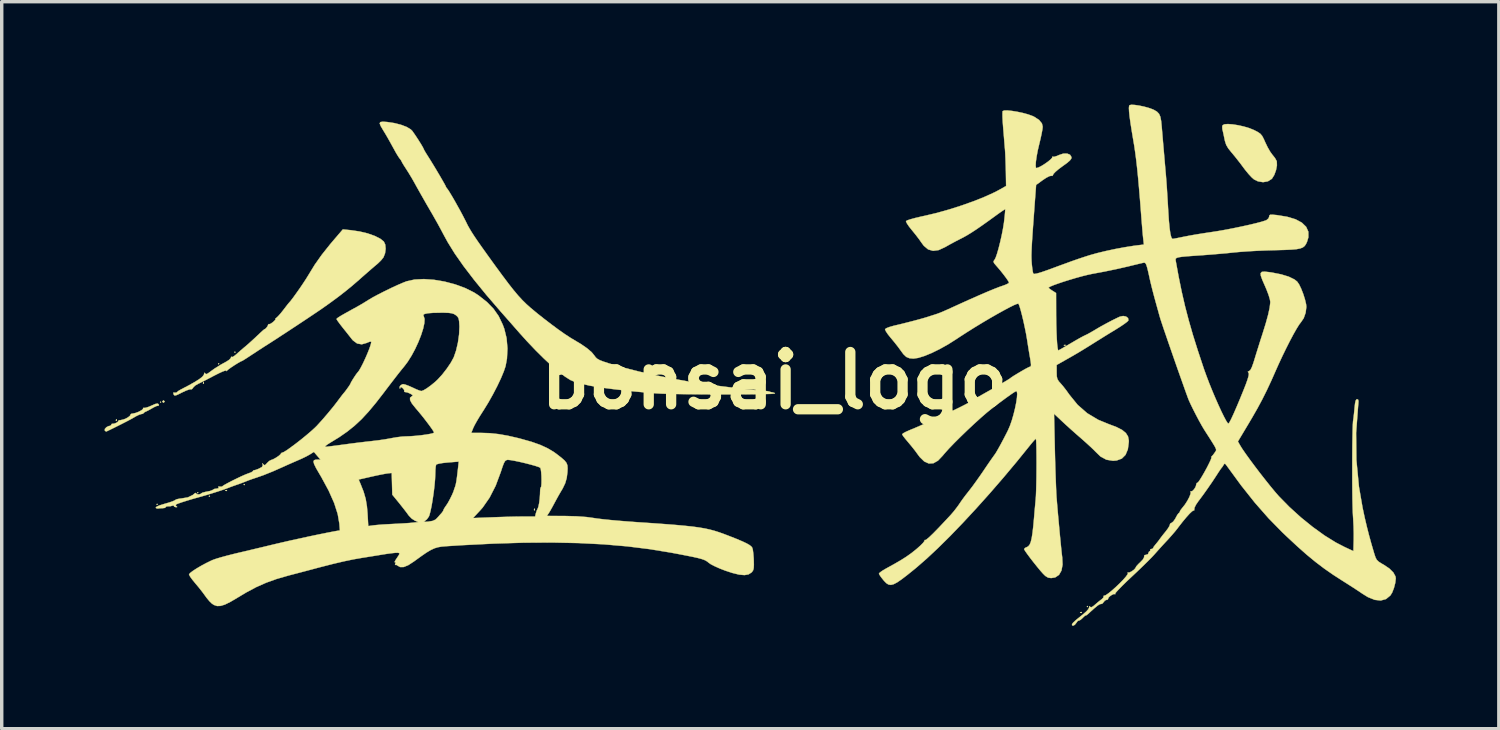
<source format=kicad_pcb>
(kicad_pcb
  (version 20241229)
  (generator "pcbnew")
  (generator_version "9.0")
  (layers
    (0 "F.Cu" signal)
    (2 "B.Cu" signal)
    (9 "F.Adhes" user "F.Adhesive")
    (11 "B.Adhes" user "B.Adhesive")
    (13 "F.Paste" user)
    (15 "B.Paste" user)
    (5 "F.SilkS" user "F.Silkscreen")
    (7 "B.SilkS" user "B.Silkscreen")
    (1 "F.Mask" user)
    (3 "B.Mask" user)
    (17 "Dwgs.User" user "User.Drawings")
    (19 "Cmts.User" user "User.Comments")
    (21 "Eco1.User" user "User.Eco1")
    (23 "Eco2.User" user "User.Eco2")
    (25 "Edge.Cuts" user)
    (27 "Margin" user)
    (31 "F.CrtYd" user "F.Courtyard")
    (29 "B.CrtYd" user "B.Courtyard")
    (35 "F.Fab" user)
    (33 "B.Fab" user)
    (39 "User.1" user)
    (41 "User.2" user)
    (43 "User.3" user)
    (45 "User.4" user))
  (footprint "bonsai_logo"
    (layer "F.Cu")
    (at 19.531 8.049)
    (property "Reference" "bonsai_logo" (at 0 0 0) (layer "F.SilkS") (effects (font (size 1.524 1.524) (thickness 0.3))))
    (attr through_hole)
    (fp_poly (pts (xy -17.983 3.607) (xy -18 3.624) (xy -18.017 3.607) (xy -18 3.59) (xy -17.983 3.607)) (stroke (width 0.01) (type solid)) (fill yes) (layer "F.SilkS"))
    (fp_poly (pts (xy -17.882 0.627) (xy -17.899 0.643) (xy -17.915 0.627) (xy -17.899 0.61) (xy -17.882 0.627)) (stroke (width 0.01) (type solid)) (fill yes) (layer "F.SilkS"))
    (fp_poly (pts (xy -16.798 3.268) (xy -16.815 3.285) (xy -16.832 3.268) (xy -16.815 3.251) (xy -16.798 3.268)) (stroke (width 0.01) (type solid)) (fill yes) (layer "F.SilkS"))
    (fp_poly (pts (xy -16.459 3.37) (xy -16.476 3.387) (xy -16.493 3.37) (xy -16.476 3.353) (xy -16.459 3.37)) (stroke (width 0.01) (type solid)) (fill yes) (layer "F.SilkS"))
    (fp_poly (pts (xy -16.188 -0.491) (xy -16.205 -0.474) (xy -16.222 -0.491) (xy -16.205 -0.508) (xy -16.188 -0.491)) (stroke (width 0.01) (type solid)) (fill yes) (layer "F.SilkS"))
    (fp_poly (pts (xy -15.714 -0.83) (xy -15.731 -0.813) (xy -15.748 -0.83) (xy -15.731 -0.847) (xy -15.714 -0.83)) (stroke (width 0.01) (type solid)) (fill yes) (layer "F.SilkS"))
    (fp_poly (pts (xy -15.443 3.031) (xy -15.46 3.048) (xy -15.477 3.031) (xy -15.46 3.014) (xy -15.443 3.031)) (stroke (width 0.01) (type solid)) (fill yes) (layer "F.SilkS"))
    (fp_poly (pts (xy 9.144 6.587) (xy 9.127 6.604) (xy 9.11 6.587) (xy 9.127 6.57) (xy 9.144 6.587)) (stroke (width 0.01) (type solid)) (fill yes) (layer "F.SilkS"))
    (fp_poly (pts (xy -19.18 1.129) (xy -19.176 1.169) (xy -19.18 1.174) (xy -19.2 1.169) (xy -19.202 1.151) (xy -19.19 1.124) (xy -19.18 1.129)) (stroke (width 0.01) (type solid)) (fill yes) (layer "F.SilkS"))
    (fp_poly (pts (xy -16.64 0.045) (xy -16.636 0.085) (xy -16.64 0.09) (xy -16.66 0.086) (xy -16.662 0.068) (xy -16.65 0.04) (xy -16.64 0.045)) (stroke (width 0.01) (type solid)) (fill yes) (layer "F.SilkS"))
    (fp_poly (pts (xy -15.962 3.195) (xy -15.967 3.215) (xy -15.985 3.217) (xy -16.013 3.205) (xy -16.008 3.195) (xy -15.967 3.191) (xy -15.962 3.195)) (stroke (width 0.01) (type solid)) (fill yes) (layer "F.SilkS"))
    (fp_poly (pts (xy -6.988 3.737) (xy -6.984 3.777) (xy -6.988 3.782) (xy -7.008 3.777) (xy -7.01 3.759) (xy -6.998 3.731) (xy -6.988 3.737)) (stroke (width 0.01) (type solid)) (fill yes) (layer "F.SilkS"))
    (fp_poly (pts (xy 8.489 -1.039) (xy 8.485 -1.018) (xy 8.467 -1.016) (xy 8.439 -1.028) (xy 8.444 -1.039) (xy 8.484 -1.043) (xy 8.489 -1.039)) (stroke (width 0.01) (type solid)) (fill yes) (layer "F.SilkS"))
    (fp_poly (pts (xy 8.963 6.751) (xy 8.959 6.771) (xy 8.941 6.773) (xy 8.913 6.761) (xy 8.918 6.751) (xy 8.958 6.747) (xy 8.963 6.751)) (stroke (width 0.01) (type solid)) (fill yes) (layer "F.SilkS"))
    (fp_poly (pts (xy -17.781 0.602) (xy -17.78 0.61) (xy -17.806 0.642) (xy -17.814 0.643) (xy -17.847 0.618) (xy -17.848 0.61) (xy -17.822 0.577) (xy -17.814 0.576) (xy -17.781 0.602)) (stroke (width 0.01) (type solid)) (fill yes) (layer "F.SilkS"))
    (fp_poly (pts (xy 13.363 -7.472) (xy 13.522 -7.447) (xy 13.687 -7.41) (xy 13.844 -7.364) (xy 13.979 -7.309) (xy 13.986 -7.306) (xy 14.096 -7.249) (xy 14.169 -7.199) (xy 14.221 -7.138) (xy 14.269 -7.047) (xy 14.315 -6.944) (xy 14.381 -6.807) (xy 14.454 -6.679) (xy 14.52 -6.587) (xy 14.526 -6.58) (xy 14.595 -6.493) (xy 14.641 -6.412) (xy 14.649 -6.391) (xy 14.653 -6.276) (xy 14.626 -6.136) (xy 14.576 -5.998) (xy 14.511 -5.893) (xy 14.504 -5.884) (xy 14.39 -5.812) (xy 14.249 -5.787) (xy 14.099 -5.812) (xy 13.986 -5.867) (xy 13.915 -5.929) (xy 13.822 -6.03) (xy 13.723 -6.151) (xy 13.684 -6.203) (xy 13.576 -6.348) (xy 13.458 -6.498) (xy 13.352 -6.628) (xy 13.329 -6.654) (xy 13.234 -6.772) (xy 13.175 -6.873) (xy 13.138 -6.985) (xy 13.123 -7.055) (xy 13.098 -7.177) (xy 13.075 -7.28) (xy 13.062 -7.332) (xy 13.058 -7.411) (xy 13.071 -7.449) (xy 13.124 -7.475) (xy 13.226 -7.482) (xy 13.363 -7.472)) (stroke (width 0.01) (type solid)) (fill yes) (layer "F.SilkS"))
    (fp_poly (pts (xy -17.952 0.693) (xy -17.949 0.715) (xy -17.967 0.737) (xy -17.975 0.733) (xy -18.016 0.74) (xy -18.092 0.775) (xy -18.136 0.8) (xy -18.231 0.854) (xy -18.31 0.894) (xy -18.33 0.902) (xy -18.38 0.93) (xy -18.39 0.945) (xy -18.418 0.966) (xy -18.454 0.973) (xy -18.522 0.993) (xy -18.615 1.038) (xy -18.649 1.058) (xy -18.739 1.11) (xy -18.878 1.184) (xy -19.056 1.275) (xy -19.26 1.377) (xy -19.479 1.483) (xy -19.513 1.469) (xy -19.526 1.453) (xy -19.522 1.406) (xy -19.476 1.357) (xy -19.41 1.324) (xy -19.382 1.321) (xy -19.341 1.3) (xy -19.338 1.287) (xy -19.319 1.259) (xy -19.312 1.26) (xy -19.256 1.255) (xy -19.188 1.23) (xy -19.141 1.197) (xy -19.135 1.183) (xy -19.114 1.155) (xy -19.109 1.155) (xy -19.067 1.153) (xy -19.023 1.142) (xy -18.989 1.135) (xy -18.917 1.109) (xy -18.843 1.067) (xy -18.789 1.022) (xy -18.775 0.989) (xy -18.758 0.969) (xy -18.713 0.961) (xy -18.633 0.944) (xy -18.543 0.911) (xy -18.464 0.869) (xy -18.414 0.831) (xy -18.409 0.809) (xy -18.402 0.792) (xy -18.383 0.796) (xy -18.33 0.791) (xy -18.24 0.762) (xy -18.17 0.731) (xy -18.052 0.68) (xy -17.982 0.668) (xy -17.952 0.693)) (stroke (width 0.01) (type solid)) (fill yes) (layer "F.SilkS"))
    (fp_poly (pts (xy -12.353 -4.387) (xy -12.1 -4.35) (xy -11.864 -4.294) (xy -11.657 -4.221) (xy -11.492 -4.138) (xy -11.389 -4.056) (xy -11.348 -3.968) (xy -11.336 -3.846) (xy -11.353 -3.715) (xy -11.397 -3.601) (xy -11.402 -3.592) (xy -11.469 -3.509) (xy -11.559 -3.42) (xy -11.582 -3.4) (xy -11.649 -3.344) (xy -11.754 -3.254) (xy -11.886 -3.139) (xy -12.032 -3.011) (xy -12.107 -2.944) (xy -12.313 -2.766) (xy -12.515 -2.601) (xy -12.728 -2.436) (xy -12.969 -2.259) (xy -13.208 -2.09) (xy -13.298 -2.029) (xy -13.433 -1.938) (xy -13.601 -1.825) (xy -13.791 -1.699) (xy -13.991 -1.567) (xy -14.191 -1.435) (xy -14.377 -1.314) (xy -14.538 -1.208) (xy -14.663 -1.128) (xy -14.71 -1.098) (xy -14.87 -0.996) (xy -15.052 -0.878) (xy -15.219 -0.769) (xy -15.241 -0.754) (xy -15.358 -0.677) (xy -15.452 -0.617) (xy -15.51 -0.581) (xy -15.522 -0.576) (xy -15.564 -0.558) (xy -15.643 -0.513) (xy -15.74 -0.453) (xy -15.837 -0.389) (xy -15.915 -0.333) (xy -15.956 -0.298) (xy -15.957 -0.296) (xy -15.98 -0.275) (xy -15.985 -0.293) (xy -16.012 -0.293) (xy -16.088 -0.266) (xy -16.199 -0.215) (xy -16.332 -0.148) (xy -16.485 -0.068) (xy -16.628 0.006) (xy -16.745 0.065) (xy -16.806 0.094) (xy -16.891 0.144) (xy -16.946 0.197) (xy -16.952 0.21) (xy -16.987 0.251) (xy -17.013 0.251) (xy -17.063 0.257) (xy -17.152 0.289) (xy -17.257 0.337) (xy -17.376 0.397) (xy -17.448 0.428) (xy -17.489 0.433) (xy -17.51 0.415) (xy -17.523 0.386) (xy -17.525 0.347) (xy -17.494 0.35) (xy -17.44 0.351) (xy -17.425 0.339) (xy -17.383 0.303) (xy -17.314 0.262) (xy -17.075 0.137) (xy -16.894 0.035) (xy -16.764 -0.048) (xy -16.68 -0.114) (xy -16.637 -0.169) (xy -16.628 -0.202) (xy -16.621 -0.234) (xy -16.599 -0.21) (xy -16.568 -0.189) (xy -16.516 -0.212) (xy -16.473 -0.244) (xy -16.325 -0.351) (xy -16.143 -0.465) (xy -15.977 -0.556) (xy -15.897 -0.608) (xy -15.851 -0.66) (xy -15.847 -0.674) (xy -15.838 -0.702) (xy -15.829 -0.691) (xy -15.798 -0.69) (xy -15.735 -0.73) (xy -15.688 -0.77) (xy -15.579 -0.867) (xy -15.461 -0.968) (xy -15.43 -0.993) (xy -15.342 -1.069) (xy -15.228 -1.172) (xy -15.108 -1.283) (xy -15.083 -1.307) (xy -14.987 -1.397) (xy -14.914 -1.464) (xy -14.872 -1.498) (xy -14.867 -1.5) (xy -14.848 -1.508) (xy -14.817 -1.536) (xy -14.775 -1.594) (xy -14.766 -1.625) (xy -14.748 -1.65) (xy -14.738 -1.646) (xy -14.697 -1.655) (xy -14.631 -1.699) (xy -14.615 -1.712) (xy -14.561 -1.765) (xy -14.545 -1.794) (xy -14.549 -1.796) (xy -14.551 -1.81) (xy -14.525 -1.829) (xy -14.479 -1.871) (xy -14.407 -1.95) (xy -14.326 -2.051) (xy -14.322 -2.056) (xy -14.247 -2.154) (xy -14.188 -2.23) (xy -14.156 -2.268) (xy -14.155 -2.269) (xy -14.107 -2.324) (xy -14.031 -2.423) (xy -13.939 -2.551) (xy -13.838 -2.694) (xy -13.74 -2.839) (xy -13.653 -2.972) (xy -13.587 -3.079) (xy -13.583 -3.086) (xy -13.403 -3.38) (xy -13.199 -3.669) (xy -12.958 -3.972) (xy -12.853 -4.096) (xy -12.584 -4.41) (xy -12.353 -4.387)) (stroke (width 0.01) (type solid)) (fill yes) (layer "F.SilkS"))
    (fp_poly (pts (xy -11.295 -7.542) (xy -11.288 -7.541) (xy -11.083 -7.51) (xy -10.891 -7.461) (xy -10.727 -7.399) (xy -10.607 -7.328) (xy -10.564 -7.287) (xy -10.511 -7.213) (xy -10.443 -7.113) (xy -10.371 -7.002) (xy -10.304 -6.895) (xy -10.254 -6.81) (xy -10.229 -6.761) (xy -10.228 -6.756) (xy -10.211 -6.72) (xy -10.166 -6.643) (xy -10.103 -6.543) (xy -10.103 -6.543) (xy -10.028 -6.424) (xy -9.942 -6.284) (xy -9.852 -6.134) (xy -9.765 -5.988) (xy -9.688 -5.855) (xy -9.628 -5.75) (xy -9.591 -5.682) (xy -9.584 -5.664) (xy -9.564 -5.626) (xy -9.536 -5.591) (xy -9.497 -5.535) (xy -9.433 -5.431) (xy -9.352 -5.294) (xy -9.263 -5.136) (xy -9.171 -4.971) (xy -9.085 -4.81) (xy -9.012 -4.668) (xy -8.981 -4.606) (xy -8.939 -4.521) (xy -8.889 -4.432) (xy -8.829 -4.332) (xy -8.753 -4.214) (xy -8.656 -4.071) (xy -8.534 -3.897) (xy -8.382 -3.684) (xy -8.196 -3.426) (xy -8.14 -3.349) (xy -7.934 -3.068) (xy -7.759 -2.835) (xy -7.608 -2.643) (xy -7.474 -2.483) (xy -7.35 -2.348) (xy -7.23 -2.23) (xy -7.11 -2.123) (xy -6.924 -1.968) (xy -6.718 -1.805) (xy -6.507 -1.643) (xy -6.302 -1.491) (xy -6.116 -1.36) (xy -5.962 -1.259) (xy -5.895 -1.218) (xy -5.648 -1.071) (xy -5.461 -0.942) (xy -5.328 -0.828) (xy -5.253 -0.736) (xy -5.212 -0.68) (xy -5.165 -0.637) (xy -5.097 -0.599) (xy -4.996 -0.559) (xy -4.847 -0.51) (xy -4.795 -0.494) (xy -4.398 -0.379) (xy -3.949 -0.265) (xy -3.464 -0.156) (xy -2.96 -0.055) (xy -2.451 0.035) (xy -1.955 0.11) (xy -1.795 0.132) (xy -1.458 0.175) (xy -1.181 0.209) (xy -0.954 0.236) (xy -0.77 0.257) (xy -0.621 0.272) (xy -0.499 0.282) (xy -0.411 0.288) (xy -0.287 0.297) (xy -0.192 0.308) (xy -0.144 0.319) (xy -0.143 0.32) (xy -0.097 0.336) (xy -0.064 0.339) (xy -0.002 0.356) (xy 0.017 0.373) (xy -0.011 0.38) (xy -0.099 0.386) (xy -0.24 0.391) (xy -0.426 0.395) (xy -0.649 0.398) (xy -0.903 0.4) (xy -1.179 0.402) (xy -1.47 0.402) (xy -1.768 0.401) (xy -2.066 0.4) (xy -2.356 0.397) (xy -2.631 0.394) (xy -2.884 0.39) (xy -3.106 0.385) (xy -3.29 0.379) (xy -3.429 0.372) (xy -3.454 0.37) (xy -3.772 0.344) (xy -4.092 0.314) (xy -4.405 0.281) (xy -4.701 0.247) (xy -4.969 0.212) (xy -5.2 0.178) (xy -5.383 0.146) (xy -5.503 0.119) (xy -5.643 0.082) (xy -5.788 0.044) (xy -5.832 0.032) (xy -5.949 -0.018) (xy -6.103 -0.116) (xy -6.288 -0.258) (xy -6.497 -0.436) (xy -6.725 -0.648) (xy -6.965 -0.886) (xy -7.213 -1.147) (xy -7.426 -1.383) (xy -7.57 -1.547) (xy -7.727 -1.726) (xy -7.878 -1.897) (xy -7.994 -2.029) (xy -8.403 -2.504) (xy -8.759 -2.941) (xy -9.064 -3.34) (xy -9.32 -3.705) (xy -9.526 -4.038) (xy -9.642 -4.25) (xy -9.725 -4.407) (xy -9.824 -4.589) (xy -9.925 -4.767) (xy -9.958 -4.826) (xy -10.146 -5.149) (xy -10.303 -5.425) (xy -10.436 -5.661) (xy -10.498 -5.774) (xy -10.58 -5.918) (xy -10.676 -6.076) (xy -10.74 -6.176) (xy -10.805 -6.277) (xy -10.852 -6.355) (xy -10.871 -6.393) (xy -10.871 -6.394) (xy -10.891 -6.431) (xy -10.919 -6.466) (xy -10.962 -6.526) (xy -11.02 -6.62) (xy -11.054 -6.68) (xy -11.154 -6.862) (xy -11.23 -6.999) (xy -11.29 -7.105) (xy -11.342 -7.194) (xy -11.396 -7.283) (xy -11.408 -7.302) (xy -11.48 -7.425) (xy -11.51 -7.501) (xy -11.492 -7.539) (xy -11.422 -7.55) (xy -11.295 -7.542)) (stroke (width 0.01) (type solid)) (fill yes) (layer "F.SilkS"))
    (fp_poly (pts (xy -9.924 -2.94) (xy -9.616 -2.888) (xy -9.31 -2.807) (xy -9.02 -2.701) (xy -8.761 -2.572) (xy -8.629 -2.487) (xy -8.383 -2.293) (xy -8.191 -2.096) (xy -8.041 -1.882) (xy -7.922 -1.633) (xy -7.876 -1.51) (xy -7.81 -1.239) (xy -7.784 -0.94) (xy -7.799 -0.64) (xy -7.839 -0.423) (xy -7.892 -0.266) (xy -7.975 -0.067) (xy -8.082 0.159) (xy -8.206 0.397) (xy -8.339 0.634) (xy -8.474 0.854) (xy -8.502 0.897) (xy -8.597 1.046) (xy -8.682 1.189) (xy -8.748 1.309) (xy -8.782 1.38) (xy -8.839 1.524) (xy -8.549 1.524) (xy -8.297 1.532) (xy -8.045 1.559) (xy -7.775 1.606) (xy -7.466 1.677) (xy -7.383 1.699) (xy -7.078 1.785) (xy -6.827 1.874) (xy -6.618 1.97) (xy -6.436 2.078) (xy -6.35 2.14) (xy -6.211 2.248) (xy -6.118 2.33) (xy -6.063 2.399) (xy -6.036 2.471) (xy -6.03 2.559) (xy -6.035 2.666) (xy -6.056 2.837) (xy -6.099 2.988) (xy -6.174 3.145) (xy -6.237 3.251) (xy -6.292 3.346) (xy -6.361 3.471) (xy -6.416 3.573) (xy -6.48 3.692) (xy -6.54 3.798) (xy -6.578 3.861) (xy -6.635 3.945) (xy -6.103 3.947) (xy -5.767 3.956) (xy -5.479 3.977) (xy -5.268 4.006) (xy -5.155 4.023) (xy -4.986 4.043) (xy -4.773 4.065) (xy -4.528 4.087) (xy -4.264 4.108) (xy -3.991 4.128) (xy -3.947 4.131) (xy -3.528 4.159) (xy -3.17 4.185) (xy -2.865 4.209) (xy -2.606 4.233) (xy -2.386 4.256) (xy -2.197 4.282) (xy -2.032 4.31) (xy -1.885 4.342) (xy -1.747 4.379) (xy -1.612 4.422) (xy -1.472 4.472) (xy -1.328 4.527) (xy -1.1 4.617) (xy -0.928 4.69) (xy -0.804 4.749) (xy -0.721 4.797) (xy -0.669 4.84) (xy -0.646 4.872) (xy -0.629 4.934) (xy -0.615 5.043) (xy -0.604 5.18) (xy -0.602 5.227) (xy -0.599 5.371) (xy -0.604 5.466) (xy -0.619 5.527) (xy -0.648 5.572) (xy -0.667 5.593) (xy -0.754 5.649) (xy -0.872 5.67) (xy -1.029 5.656) (xy -1.231 5.606) (xy -1.438 5.538) (xy -1.597 5.476) (xy -1.742 5.411) (xy -1.856 5.352) (xy -1.912 5.313) (xy -1.954 5.279) (xy -1.998 5.25) (xy -2.053 5.224) (xy -2.127 5.199) (xy -2.228 5.172) (xy -2.365 5.141) (xy -2.545 5.105) (xy -2.777 5.06) (xy -3.017 5.015) (xy -3.638 4.913) (xy -4.291 4.832) (xy -4.98 4.773) (xy -5.71 4.736) (xy -6.486 4.72) (xy -7.31 4.725) (xy -8.189 4.752) (xy -9.125 4.799) (xy -9.574 4.828) (xy -9.703 4.839) (xy -9.812 4.858) (xy -9.914 4.889) (xy -10.021 4.939) (xy -10.144 5.012) (xy -10.295 5.116) (xy -10.487 5.255) (xy -10.507 5.27) (xy -10.676 5.38) (xy -10.81 5.435) (xy -10.913 5.436) (xy -10.969 5.405) (xy -11.024 5.372) (xy -11.054 5.375) (xy -11.063 5.37) (xy -11.054 5.336) (xy -11.045 5.292) (xy -11.07 5.297) (xy -11.075 5.287) (xy -11.048 5.234) (xy -11.01 5.176) (xy -10.953 5.09) (xy -10.932 5.046) (xy -10.945 5.027) (xy -10.984 5.019) (xy -11.049 5.02) (xy -11.161 5.032) (xy -11.302 5.051) (xy -11.38 5.063) (xy -11.569 5.094) (xy -11.78 5.128) (xy -11.973 5.159) (xy -12.006 5.164) (xy -12.271 5.21) (xy -12.555 5.269) (xy -12.874 5.344) (xy -13.241 5.438) (xy -13.276 5.447) (xy -13.458 5.496) (xy -13.681 5.555) (xy -13.916 5.617) (xy -14.139 5.675) (xy -14.173 5.684) (xy -14.513 5.782) (xy -14.817 5.891) (xy -15.107 6.019) (xy -15.405 6.178) (xy -15.66 6.331) (xy -15.862 6.45) (xy -16.021 6.529) (xy -16.148 6.568) (xy -16.251 6.572) (xy -16.342 6.541) (xy -16.404 6.5) (xy -16.475 6.431) (xy -16.557 6.332) (xy -16.601 6.271) (xy -16.679 6.165) (xy -16.78 6.036) (xy -16.885 5.911) (xy -16.889 5.906) (xy -16.973 5.803) (xy -17.036 5.716) (xy -17.067 5.658) (xy -17.069 5.65) (xy -17.04 5.612) (xy -16.964 5.553) (xy -16.851 5.479) (xy -16.715 5.399) (xy -16.568 5.32) (xy -16.423 5.249) (xy -16.375 5.228) (xy -16.282 5.195) (xy -16.139 5.152) (xy -15.963 5.104) (xy -15.77 5.055) (xy -15.68 5.033) (xy -15.449 4.979) (xy -15.181 4.915) (xy -14.907 4.85) (xy -14.655 4.789) (xy -14.597 4.775) (xy -14.375 4.723) (xy -14.119 4.664) (xy -13.843 4.604) (xy -13.565 4.543) (xy -13.298 4.487) (xy -13.06 4.439) (xy -12.865 4.401) (xy -12.795 4.388) (xy -12.67 4.367) (xy -12.685 4.173) (xy -12.734 3.889) (xy -12.837 3.568) (xy -12.996 3.21) (xy -13.172 2.884) (xy -12.123 2.884) (xy -12.07 3.008) (xy -11.978 3.241) (xy -11.918 3.449) (xy -11.882 3.666) (xy -11.864 3.873) (xy -11.843 4.241) (xy -11.687 4.219) (xy -11.589 4.209) (xy -11.444 4.197) (xy -11.275 4.187) (xy -11.142 4.18) (xy -10.964 4.171) (xy -10.79 4.161) (xy -10.644 4.151) (xy -10.568 4.144) (xy -10.382 4.125) (xy -10.407 4.115) (xy -10.227 4.115) (xy -10.187 4.118) (xy -10.092 4.111) (xy -9.966 4.09) (xy -9.883 4.052) (xy -9.835 4.007) (xy -8.788 4.007) (xy -8.216 3.985) (xy -7.994 3.977) (xy -7.765 3.97) (xy -7.551 3.965) (xy -7.374 3.963) (xy -7.31 3.962) (xy -6.978 3.962) (xy -6.956 3.869) (xy -6.93 3.789) (xy -6.907 3.742) (xy -6.883 3.681) (xy -6.86 3.573) (xy -6.843 3.44) (xy -6.834 3.304) (xy -6.833 3.26) (xy -6.829 3.172) (xy -6.818 3.121) (xy -6.812 3.116) (xy -6.799 3.085) (xy -6.792 3.006) (xy -6.79 2.897) (xy -6.793 2.777) (xy -6.801 2.665) (xy -6.813 2.579) (xy -6.827 2.541) (xy -6.876 2.517) (xy -6.975 2.484) (xy -7.111 2.446) (xy -7.266 2.406) (xy -7.425 2.369) (xy -7.573 2.338) (xy -7.694 2.317) (xy -7.773 2.309) (xy -7.784 2.31) (xy -7.824 2.321) (xy -7.857 2.35) (xy -7.89 2.41) (xy -7.929 2.512) (xy -7.978 2.662) (xy -8.128 3.064) (xy -8.306 3.412) (xy -8.507 3.701) (xy -8.582 3.786) (xy -8.788 4.007) (xy -9.835 4.007) (xy -9.829 4.002) (xy -9.761 3.923) (xy -9.703 3.859) (xy -9.702 3.858) (xy -9.662 3.803) (xy -9.652 3.776) (xy -9.633 3.734) (xy -9.587 3.663) (xy -9.572 3.644) (xy -9.519 3.562) (xy -9.457 3.448) (xy -9.399 3.329) (xy -9.356 3.229) (xy -9.345 3.191) (xy -9.329 3.143) (xy -9.311 3.094) (xy -9.292 3.03) (xy -9.274 2.938) (xy -9.255 2.805) (xy -9.233 2.62) (xy -9.226 2.561) (xy -9.204 2.361) (xy -9.521 2.386) (xy -9.664 2.401) (xy -9.778 2.42) (xy -9.849 2.44) (xy -9.863 2.45) (xy -9.876 2.502) (xy -9.885 2.6) (xy -9.889 2.724) (xy -9.889 2.726) (xy -9.895 2.874) (xy -9.911 3.054) (xy -9.934 3.252) (xy -9.963 3.453) (xy -9.994 3.64) (xy -10.027 3.8) (xy -10.058 3.917) (xy -10.075 3.962) (xy -10.134 4.044) (xy -10.201 4.097) (xy -10.204 4.099) (xy -10.227 4.115) (xy -10.407 4.115) (xy -10.486 4.081) (xy -10.575 4.023) (xy -10.658 3.938) (xy -10.669 3.924) (xy -10.726 3.845) (xy -10.812 3.734) (xy -10.91 3.61) (xy -10.944 3.567) (xy -11.142 3.325) (xy -11.159 2.692) (xy -11.261 2.702) (xy -11.334 2.713) (xy -11.456 2.736) (xy -11.608 2.767) (xy -11.743 2.797) (xy -12.123 2.884) (xy -13.172 2.884) (xy -13.21 2.814) (xy -13.272 2.709) (xy -13.365 2.549) (xy -13.421 2.435) (xy -13.44 2.362) (xy -13.424 2.321) (xy -13.375 2.305) (xy -13.34 2.303) (xy -13.235 2.303) (xy -13.332 2.191) (xy -13.428 2.078) (xy -13.551 2.155) (xy -13.649 2.209) (xy -13.779 2.272) (xy -13.89 2.321) (xy -14.042 2.387) (xy -14.208 2.46) (xy -14.309 2.506) (xy -14.62 2.644) (xy -14.904 2.758) (xy -15.105 2.828) (xy -15.229 2.869) (xy -15.342 2.91) (xy -15.392 2.93) (xy -15.486 2.967) (xy -15.607 3.012) (xy -15.663 3.031) (xy -15.774 3.07) (xy -15.868 3.104) (xy -15.9 3.117) (xy -16.006 3.157) (xy -16.158 3.209) (xy -16.336 3.266) (xy -16.522 3.324) (xy -16.694 3.374) (xy -16.747 3.389) (xy -16.942 3.443) (xy -17.122 3.497) (xy -17.274 3.545) (xy -17.387 3.584) (xy -17.447 3.61) (xy -17.447 3.61) (xy -17.458 3.642) (xy -17.436 3.661) (xy -17.413 3.685) (xy -17.45 3.691) (xy -17.5 3.675) (xy -17.509 3.656) (xy -17.531 3.638) (xy -17.551 3.646) (xy -17.617 3.663) (xy -17.67 3.663) (xy -17.729 3.668) (xy -17.746 3.687) (xy -17.775 3.711) (xy -17.839 3.719) (xy -17.926 3.722) (xy -17.979 3.73) (xy -18.029 3.719) (xy -18.04 3.704) (xy -18.016 3.677) (xy -17.935 3.64) (xy -17.805 3.599) (xy -17.773 3.59) (xy -17.643 3.552) (xy -17.539 3.516) (xy -17.479 3.488) (xy -17.471 3.48) (xy -17.426 3.458) (xy -17.34 3.441) (xy -17.301 3.437) (xy -17.102 3.404) (xy -16.955 3.332) (xy -16.922 3.302) (xy -16.88 3.273) (xy -16.866 3.283) (xy -16.839 3.311) (xy -16.782 3.318) (xy -16.728 3.302) (xy -16.716 3.289) (xy -16.674 3.266) (xy -16.589 3.244) (xy -16.545 3.236) (xy -16.449 3.216) (xy -16.385 3.191) (xy -16.373 3.182) (xy -16.328 3.157) (xy -16.269 3.15) (xy -16.21 3.138) (xy -16.209 3.11) (xy -16.211 3.084) (xy -16.181 3.09) (xy -16.119 3.093) (xy -16.099 3.082) (xy -16.049 3.047) (xy -15.952 2.993) (xy -15.826 2.927) (xy -15.686 2.858) (xy -15.548 2.792) (xy -15.428 2.739) (xy -15.343 2.706) (xy -15.336 2.704) (xy -15.254 2.673) (xy -15.209 2.643) (xy -15.206 2.636) (xy -15.185 2.613) (xy -15.181 2.614) (xy -15.136 2.606) (xy -15.056 2.577) (xy -15.029 2.565) (xy -14.946 2.52) (xy -14.918 2.476) (xy -14.922 2.449) (xy -14.932 2.409) (xy -14.911 2.429) (xy -14.904 2.438) (xy -14.871 2.466) (xy -14.834 2.448) (xy -14.797 2.406) (xy -14.733 2.345) (xy -14.679 2.316) (xy -14.679 2.316) (xy -14.616 2.293) (xy -14.534 2.248) (xy -14.456 2.196) (xy -14.403 2.149) (xy -14.393 2.131) (xy -14.366 2.102) (xy -14.349 2.1) (xy -14.3 2.079) (xy -14.209 2.022) (xy -14.089 1.937) (xy -14.078 1.929) (xy -13.104 1.929) (xy -13.098 1.93) (xy -13.044 1.926) (xy -12.937 1.913) (xy -12.79 1.895) (xy -12.619 1.872) (xy -12.556 1.864) (xy -12.345 1.835) (xy -12.121 1.807) (xy -11.911 1.782) (xy -11.742 1.763) (xy -11.735 1.762) (xy -11.556 1.741) (xy -11.37 1.714) (xy -11.208 1.686) (xy -11.159 1.676) (xy -11.007 1.65) (xy -10.85 1.631) (xy -10.742 1.626) (xy -10.613 1.621) (xy -10.464 1.61) (xy -10.308 1.594) (xy -10.162 1.574) (xy -10.039 1.553) (xy -9.955 1.533) (xy -9.923 1.516) (xy -9.923 1.516) (xy -9.943 1.474) (xy -9.998 1.391) (xy -10.08 1.278) (xy -10.179 1.148) (xy -10.287 1.011) (xy -10.396 0.879) (xy -10.462 0.802) (xy -10.569 0.668) (xy -10.623 0.568) (xy -10.625 0.5) (xy -10.576 0.459) (xy -10.575 0.458) (xy -10.544 0.438) (xy -10.563 0.412) (xy -10.617 0.38) (xy -10.7 0.344) (xy -10.762 0.333) (xy -10.765 0.334) (xy -10.795 0.325) (xy -10.791 0.312) (xy -10.798 0.268) (xy -10.838 0.219) (xy -10.889 0.184) (xy -10.905 0.201) (xy -10.905 0.204) (xy -10.915 0.234) (xy -10.923 0.231) (xy -10.931 0.184) (xy -10.898 0.134) (xy -10.841 0.104) (xy -10.825 0.102) (xy -10.758 0.117) (xy -10.655 0.156) (xy -10.549 0.203) (xy -10.438 0.255) (xy -10.346 0.291) (xy -10.295 0.304) (xy -10.234 0.283) (xy -10.139 0.227) (xy -10.025 0.145) (xy -9.908 0.05) (xy -9.817 -0.034) (xy -9.684 -0.18) (xy -9.552 -0.35) (xy -9.436 -0.521) (xy -9.354 -0.671) (xy -9.35 -0.679) (xy -9.282 -0.875) (xy -9.228 -1.108) (xy -9.194 -1.35) (xy -9.184 -1.573) (xy -9.185 -1.597) (xy -9.193 -1.727) (xy -9.207 -1.808) (xy -9.235 -1.86) (xy -9.282 -1.904) (xy -9.29 -1.91) (xy -9.344 -1.943) (xy -9.407 -1.964) (xy -9.496 -1.976) (xy -9.628 -1.981) (xy -9.731 -1.981) (xy -9.95 -1.977) (xy -10.106 -1.965) (xy -10.201 -1.945) (xy -10.239 -1.915) (xy -10.226 -1.878) (xy -10.201 -1.799) (xy -10.208 -1.675) (xy -10.243 -1.514) (xy -10.302 -1.329) (xy -10.381 -1.129) (xy -10.475 -0.925) (xy -10.581 -0.728) (xy -10.694 -0.548) (xy -10.802 -0.406) (xy -10.872 -0.321) (xy -10.974 -0.193) (xy -11.097 -0.034) (xy -11.233 0.143) (xy -11.372 0.326) (xy -11.381 0.339) (xy -11.62 0.647) (xy -11.836 0.906) (xy -12.04 1.126) (xy -12.244 1.316) (xy -12.456 1.486) (xy -12.689 1.648) (xy -12.937 1.8) (xy -13.033 1.86) (xy -13.092 1.906) (xy -13.104 1.929) (xy -14.078 1.929) (xy -13.949 1.832) (xy -13.8 1.716) (xy -13.653 1.596) (xy -13.518 1.481) (xy -13.405 1.379) (xy -13.343 1.318) (xy -13.186 1.145) (xy -13.021 0.953) (xy -12.865 0.764) (xy -12.737 0.599) (xy -12.735 0.595) (xy -12.659 0.494) (xy -12.6 0.416) (xy -12.567 0.375) (xy -12.565 0.373) (xy -12.527 0.328) (xy -12.473 0.256) (xy -12.417 0.178) (xy -12.375 0.114) (xy -12.361 0.086) (xy -12.344 0.049) (xy -12.302 -0.023) (xy -12.248 -0.108) (xy -12.196 -0.185) (xy -12.159 -0.233) (xy -12.155 -0.237) (xy -12.113 -0.29) (xy -12.057 -0.386) (xy -11.992 -0.513) (xy -11.926 -0.655) (xy -11.863 -0.801) (xy -11.809 -0.936) (xy -11.772 -1.046) (xy -11.756 -1.117) (xy -11.759 -1.136) (xy -11.799 -1.136) (xy -11.872 -1.108) (xy -11.888 -1.1) (xy -12.032 -1.059) (xy -12.167 -1.083) (xy -12.289 -1.173) (xy -12.319 -1.208) (xy -12.386 -1.293) (xy -12.478 -1.409) (xy -12.576 -1.531) (xy -12.59 -1.549) (xy -12.671 -1.653) (xy -12.733 -1.738) (xy -12.765 -1.789) (xy -12.768 -1.796) (xy -12.755 -1.815) (xy -12.711 -1.847) (xy -12.631 -1.897) (xy -12.508 -1.967) (xy -12.336 -2.063) (xy -12.175 -2.151) (xy -12.044 -2.226) (xy -11.901 -2.313) (xy -11.836 -2.354) (xy -11.716 -2.425) (xy -11.552 -2.513) (xy -11.361 -2.61) (xy -11.162 -2.707) (xy -10.973 -2.794) (xy -10.811 -2.863) (xy -10.719 -2.898) (xy -10.49 -2.948) (xy -10.22 -2.961) (xy -9.924 -2.94)) (stroke (width 0.01) (type solid)) (fill yes) (layer "F.SilkS"))
    (fp_poly (pts (xy 10.506 -8.039) (xy 10.636 -8.02) (xy 10.779 -7.99) (xy 10.918 -7.952) (xy 11.036 -7.909) (xy 11.072 -7.892) (xy 11.157 -7.841) (xy 11.215 -7.78) (xy 11.253 -7.696) (xy 11.277 -7.572) (xy 11.293 -7.413) (xy 11.304 -7.284) (xy 11.317 -7.129) (xy 11.333 -6.941) (xy 11.353 -6.711) (xy 11.377 -6.432) (xy 11.406 -6.095) (xy 11.414 -6.011) (xy 11.428 -5.834) (xy 11.444 -5.612) (xy 11.459 -5.367) (xy 11.474 -5.122) (xy 11.481 -4.995) (xy 11.5 -4.692) (xy 11.522 -4.453) (xy 11.547 -4.28) (xy 11.575 -4.173) (xy 11.606 -4.132) (xy 11.609 -4.132) (xy 11.651 -4.139) (xy 11.743 -4.156) (xy 11.87 -4.182) (xy 11.955 -4.199) (xy 12.114 -4.23) (xy 12.315 -4.265) (xy 12.534 -4.3) (xy 12.747 -4.332) (xy 12.768 -4.335) (xy 12.958 -4.365) (xy 13.174 -4.403) (xy 13.403 -4.448) (xy 13.633 -4.496) (xy 13.852 -4.544) (xy 14.047 -4.591) (xy 14.206 -4.633) (xy 14.317 -4.668) (xy 14.351 -4.682) (xy 14.41 -4.734) (xy 14.427 -4.785) (xy 14.433 -4.819) (xy 14.458 -4.837) (xy 14.52 -4.839) (xy 14.631 -4.829) (xy 14.652 -4.827) (xy 14.952 -4.778) (xy 15.196 -4.705) (xy 15.38 -4.606) (xy 15.505 -4.485) (xy 15.569 -4.343) (xy 15.57 -4.179) (xy 15.531 -4.049) (xy 15.498 -3.979) (xy 15.46 -3.925) (xy 15.408 -3.884) (xy 15.333 -3.855) (xy 15.227 -3.834) (xy 15.08 -3.821) (xy 14.884 -3.812) (xy 14.631 -3.805) (xy 14.589 -3.804) (xy 14.338 -3.797) (xy 14.077 -3.786) (xy 13.824 -3.772) (xy 13.601 -3.756) (xy 13.428 -3.741) (xy 13.22 -3.719) (xy 12.974 -3.697) (xy 12.721 -3.676) (xy 12.49 -3.658) (xy 12.48 -3.658) (xy 12.228 -3.64) (xy 12.036 -3.626) (xy 11.896 -3.613) (xy 11.8 -3.599) (xy 11.741 -3.584) (xy 11.709 -3.565) (xy 11.698 -3.54) (xy 11.7 -3.509) (xy 11.702 -3.495) (xy 11.788 -3.025) (xy 11.877 -2.589) (xy 11.973 -2.172) (xy 12.081 -1.758) (xy 12.204 -1.33) (xy 12.347 -0.875) (xy 12.513 -0.375) (xy 12.531 -0.322) (xy 12.601 -0.129) (xy 12.681 0.081) (xy 12.769 0.298) (xy 12.86 0.513) (xy 12.95 0.717) (xy 13.035 0.901) (xy 13.111 1.055) (xy 13.173 1.171) (xy 13.218 1.239) (xy 13.237 1.253) (xy 13.265 1.222) (xy 13.315 1.129) (xy 13.387 0.974) (xy 13.482 0.756) (xy 13.572 0.542) (xy 13.672 0.297) (xy 13.747 0.107) (xy 13.797 -0.035) (xy 13.826 -0.134) (xy 13.835 -0.197) (xy 13.826 -0.23) (xy 13.819 -0.236) (xy 13.804 -0.261) (xy 13.84 -0.278) (xy 13.879 -0.309) (xy 13.92 -0.387) (xy 13.968 -0.519) (xy 13.997 -0.613) (xy 14.047 -0.777) (xy 14.11 -0.978) (xy 14.176 -1.189) (xy 14.23 -1.355) (xy 14.327 -1.667) (xy 14.397 -1.922) (xy 14.441 -2.123) (xy 14.459 -2.274) (xy 14.46 -2.298) (xy 14.446 -2.378) (xy 14.408 -2.503) (xy 14.35 -2.655) (xy 14.303 -2.765) (xy 14.227 -2.938) (xy 14.184 -3.058) (xy 14.178 -3.133) (xy 14.213 -3.171) (xy 14.294 -3.178) (xy 14.424 -3.164) (xy 14.503 -3.153) (xy 14.776 -3.099) (xy 14.999 -3.031) (xy 15.165 -2.95) (xy 15.244 -2.887) (xy 15.3 -2.805) (xy 15.362 -2.677) (xy 15.421 -2.525) (xy 15.47 -2.369) (xy 15.503 -2.231) (xy 15.511 -2.15) (xy 15.49 -1.98) (xy 15.434 -1.821) (xy 15.352 -1.701) (xy 15.351 -1.7) (xy 15.299 -1.631) (xy 15.224 -1.51) (xy 15.132 -1.348) (xy 15.029 -1.154) (xy 14.92 -0.938) (xy 14.81 -0.712) (xy 14.704 -0.484) (xy 14.639 -0.339) (xy 14.491 -0.004) (xy 14.356 0.285) (xy 14.224 0.549) (xy 14.086 0.806) (xy 13.932 1.075) (xy 13.838 1.234) (xy 13.515 1.774) (xy 13.584 1.895) (xy 13.647 1.996) (xy 13.746 2.139) (xy 13.87 2.311) (xy 14.013 2.503) (xy 14.165 2.703) (xy 14.319 2.899) (xy 14.465 3.082) (xy 14.596 3.24) (xy 14.702 3.362) (xy 14.704 3.365) (xy 15.016 3.683) (xy 15.351 3.987) (xy 15.697 4.267) (xy 16.042 4.516) (xy 16.375 4.722) (xy 16.629 4.853) (xy 16.883 4.971) (xy 16.892 4.644) (xy 16.893 4.461) (xy 16.888 4.246) (xy 16.877 4.034) (xy 16.871 3.945) (xy 16.865 3.831) (xy 16.86 3.665) (xy 16.855 3.457) (xy 16.852 3.217) (xy 16.85 2.955) (xy 16.85 2.679) (xy 16.85 2.4) (xy 16.851 2.127) (xy 16.853 1.87) (xy 16.857 1.638) (xy 16.861 1.441) (xy 16.866 1.289) (xy 16.872 1.191) (xy 16.875 1.168) (xy 16.887 1.085) (xy 16.901 0.959) (xy 16.915 0.818) (xy 16.916 0.804) (xy 16.931 0.666) (xy 16.949 0.583) (xy 16.974 0.547) (xy 16.991 0.542) (xy 17.02 0.554) (xy 17.031 0.599) (xy 17.025 0.692) (xy 17.022 0.72) (xy 16.962 1.52) (xy 16.97 2.312) (xy 17.045 3.095) (xy 17.151 3.708) (xy 17.213 3.998) (xy 17.273 4.253) (xy 17.335 4.497) (xy 17.406 4.755) (xy 17.493 5.052) (xy 17.494 5.054) (xy 17.528 5.157) (xy 17.565 5.226) (xy 17.622 5.281) (xy 17.716 5.34) (xy 17.77 5.37) (xy 17.932 5.479) (xy 18.048 5.595) (xy 18.11 5.709) (xy 18.119 5.764) (xy 18.104 5.896) (xy 18.066 6.044) (xy 18.014 6.179) (xy 17.961 6.265) (xy 17.834 6.369) (xy 17.681 6.411) (xy 17.505 6.392) (xy 17.306 6.312) (xy 17.148 6.214) (xy 17.031 6.135) (xy 16.877 6.034) (xy 16.708 5.926) (xy 16.569 5.838) (xy 16.291 5.659) (xy 16.031 5.478) (xy 15.777 5.285) (xy 15.517 5.071) (xy 15.242 4.827) (xy 14.938 4.544) (xy 14.809 4.421) (xy 14.409 4.013) (xy 14.01 3.559) (xy 13.609 3.054) (xy 13.197 2.491) (xy 13.195 2.487) (xy 13.149 2.429) (xy 13.122 2.422) (xy 13.096 2.46) (xy 13.059 2.519) (xy 13.041 2.54) (xy 13.014 2.575) (xy 12.962 2.652) (xy 12.893 2.758) (xy 12.87 2.794) (xy 12.763 2.956) (xy 12.634 3.143) (xy 12.502 3.329) (xy 12.384 3.488) (xy 12.37 3.505) (xy 12.296 3.612) (xy 12.251 3.701) (xy 12.242 3.757) (xy 12.244 3.761) (xy 12.239 3.786) (xy 12.224 3.785) (xy 12.183 3.807) (xy 12.11 3.875) (xy 12.014 3.981) (xy 11.9 4.118) (xy 11.777 4.276) (xy 11.749 4.314) (xy 11.68 4.4) (xy 11.582 4.514) (xy 11.473 4.636) (xy 11.439 4.672) (xy 11.32 4.8) (xy 11.197 4.936) (xy 11.092 5.054) (xy 11.074 5.074) (xy 11.001 5.153) (xy 10.888 5.267) (xy 10.747 5.405) (xy 10.589 5.557) (xy 10.425 5.711) (xy 10.274 5.853) (xy 10.143 5.982) (xy 10.038 6.089) (xy 9.967 6.166) (xy 9.937 6.207) (xy 9.937 6.21) (xy 9.937 6.232) (xy 9.932 6.226) (xy 9.897 6.222) (xy 9.837 6.249) (xy 9.776 6.292) (xy 9.737 6.336) (xy 9.734 6.354) (xy 9.72 6.385) (xy 9.694 6.388) (xy 9.637 6.412) (xy 9.603 6.454) (xy 9.56 6.504) (xy 9.527 6.512) (xy 9.49 6.518) (xy 9.426 6.558) (xy 9.33 6.637) (xy 9.194 6.759) (xy 9.173 6.779) (xy 9.113 6.831) (xy 9.079 6.85) (xy 9.076 6.847) (xy 9.056 6.854) (xy 9.007 6.9) (xy 8.99 6.918) (xy 8.927 6.975) (xy 8.882 6.997) (xy 8.876 6.995) (xy 8.843 7.009) (xy 8.805 7.062) (xy 8.76 7.119) (xy 8.712 7.145) (xy 8.68 7.135) (xy 8.678 7.104) (xy 8.708 7.061) (xy 8.776 6.996) (xy 8.84 6.943) (xy 8.992 6.821) (xy 9.095 6.731) (xy 9.154 6.665) (xy 9.177 6.616) (xy 9.178 6.606) (xy 9.186 6.574) (xy 9.206 6.596) (xy 9.238 6.61) (xy 9.296 6.578) (xy 9.349 6.533) (xy 9.439 6.456) (xy 9.521 6.391) (xy 9.542 6.377) (xy 9.591 6.329) (xy 9.598 6.295) (xy 9.602 6.272) (xy 9.613 6.273) (xy 9.66 6.257) (xy 9.739 6.203) (xy 9.841 6.121) (xy 9.954 6.02) (xy 10.067 5.912) (xy 10.17 5.807) (xy 10.251 5.714) (xy 10.3 5.645) (xy 10.308 5.613) (xy 10.301 5.589) (xy 10.312 5.595) (xy 10.353 5.594) (xy 10.419 5.561) (xy 10.485 5.513) (xy 10.528 5.466) (xy 10.533 5.45) (xy 10.556 5.411) (xy 10.615 5.346) (xy 10.666 5.298) (xy 10.745 5.215) (xy 10.781 5.149) (xy 10.781 5.129) (xy 10.789 5.089) (xy 10.834 5.08) (xy 10.892 5.06) (xy 10.905 5.029) (xy 10.924 4.984) (xy 10.941 4.978) (xy 10.961 4.958) (xy 10.956 4.945) (xy 10.964 4.916) (xy 10.988 4.911) (xy 11.034 4.897) (xy 11.041 4.885) (xy 11.061 4.844) (xy 11.111 4.78) (xy 11.117 4.773) (xy 11.18 4.697) (xy 11.227 4.634) (xy 11.227 4.634) (xy 11.265 4.581) (xy 11.331 4.495) (xy 11.405 4.404) (xy 11.475 4.311) (xy 11.52 4.237) (xy 11.531 4.199) (xy 11.531 4.199) (xy 11.543 4.167) (xy 11.577 4.15) (xy 11.63 4.109) (xy 11.687 4.029) (xy 11.704 3.996) (xy 11.749 3.914) (xy 11.785 3.866) (xy 11.794 3.861) (xy 11.819 3.835) (xy 11.819 3.825) (xy 11.841 3.779) (xy 11.893 3.711) (xy 11.902 3.701) (xy 11.973 3.611) (xy 12.042 3.503) (xy 12.099 3.395) (xy 12.134 3.304) (xy 12.139 3.249) (xy 12.138 3.246) (xy 12.134 3.222) (xy 12.149 3.229) (xy 12.188 3.219) (xy 12.237 3.169) (xy 12.28 3.101) (xy 12.3 3.038) (xy 12.3 3.023) (xy 12.317 2.984) (xy 12.335 2.98) (xy 12.364 2.953) (xy 12.413 2.882) (xy 12.476 2.779) (xy 12.546 2.657) (xy 12.615 2.531) (xy 12.675 2.412) (xy 12.721 2.315) (xy 12.744 2.252) (xy 12.742 2.235) (xy 12.739 2.22) (xy 12.752 2.209) (xy 12.793 2.164) (xy 12.843 2.094) (xy 12.863 2.065) (xy 12.877 2.041) (xy 12.88 2.013) (xy 12.869 1.974) (xy 12.839 1.915) (xy 12.787 1.829) (xy 12.71 1.706) (xy 12.602 1.538) (xy 12.528 1.422) (xy 12.464 1.314) (xy 12.383 1.169) (xy 12.296 1.004) (xy 12.21 0.836) (xy 12.136 0.684) (xy 12.082 0.565) (xy 12.066 0.525) (xy 12.005 0.358) (xy 11.933 0.156) (xy 11.851 -0.075) (xy 11.763 -0.323) (xy 11.673 -0.58) (xy 11.584 -0.837) (xy 11.498 -1.084) (xy 11.42 -1.312) (xy 11.351 -1.512) (xy 11.297 -1.675) (xy 11.259 -1.79) (xy 11.242 -1.846) (xy 11.221 -1.919) (xy 11.188 -2.04) (xy 11.146 -2.19) (xy 11.11 -2.32) (xy 11.061 -2.5) (xy 11.013 -2.685) (xy 10.973 -2.848) (xy 10.954 -2.929) (xy 10.911 -3.126) (xy 10.878 -3.266) (xy 10.851 -3.359) (xy 10.828 -3.412) (xy 10.803 -3.436) (xy 10.773 -3.44) (xy 10.74 -3.433) (xy 10.669 -3.417) (xy 10.551 -3.388) (xy 10.408 -3.354) (xy 10.329 -3.334) (xy 9.988 -3.256) (xy 9.617 -3.179) (xy 9.268 -3.114) (xy 9.137 -3.086) (xy 8.976 -3.046) (xy 8.798 -2.997) (xy 8.613 -2.942) (xy 8.433 -2.886) (xy 8.27 -2.831) (xy 8.135 -2.782) (xy 8.04 -2.742) (xy 7.996 -2.714) (xy 7.994 -2.71) (xy 8.02 -2.682) (xy 8.085 -2.636) (xy 8.104 -2.624) (xy 8.213 -2.555) (xy 8.215 -1.913) (xy 8.218 -1.656) (xy 8.225 -1.422) (xy 8.234 -1.22) (xy 8.245 -1.058) (xy 8.259 -0.944) (xy 8.273 -0.886) (xy 8.28 -0.881) (xy 8.311 -0.897) (xy 8.39 -0.941) (xy 8.502 -1.007) (xy 8.638 -1.086) (xy 8.781 -1.17) (xy 8.909 -1.243) (xy 9.008 -1.296) (xy 9.059 -1.321) (xy 9.124 -1.352) (xy 9.226 -1.408) (xy 9.342 -1.476) (xy 9.35 -1.481) (xy 9.501 -1.57) (xy 9.676 -1.666) (xy 9.852 -1.759) (xy 10.007 -1.835) (xy 10.075 -1.866) (xy 10.169 -1.885) (xy 10.254 -1.869) (xy 10.312 -1.824) (xy 10.323 -1.761) (xy 10.32 -1.752) (xy 10.285 -1.716) (xy 10.204 -1.655) (xy 10.089 -1.577) (xy 9.951 -1.49) (xy 9.791 -1.393) (xy 9.63 -1.294) (xy 9.49 -1.206) (xy 9.407 -1.155) (xy 9.178 -1.011) (xy 8.988 -0.894) (xy 8.82 -0.793) (xy 8.656 -0.698) (xy 8.526 -0.624) (xy 8.23 -0.457) (xy 8.23 -0.25) (xy 8.233 -0.129) (xy 8.251 -0.048) (xy 8.291 0.019) (xy 8.343 0.077) (xy 8.421 0.168) (xy 8.515 0.289) (xy 8.602 0.411) (xy 8.842 0.706) (xy 9.121 0.95) (xy 9.444 1.143) (xy 9.749 1.268) (xy 9.974 1.353) (xy 10.138 1.437) (xy 10.248 1.527) (xy 10.311 1.627) (xy 10.334 1.744) (xy 10.334 1.787) (xy 10.306 2.003) (xy 10.238 2.165) (xy 10.13 2.273) (xy 9.98 2.328) (xy 9.874 2.337) (xy 9.682 2.306) (xy 9.507 2.211) (xy 9.365 2.073) (xy 9.309 2.016) (xy 9.215 1.927) (xy 9.095 1.817) (xy 8.963 1.7) (xy 8.955 1.693) (xy 8.8 1.558) (xy 8.637 1.413) (xy 8.488 1.278) (xy 8.388 1.185) (xy 8.154 0.965) (xy 8.178 2.032) (xy 8.185 2.313) (xy 8.193 2.59) (xy 8.202 2.85) (xy 8.211 3.081) (xy 8.219 3.271) (xy 8.227 3.409) (xy 8.23 3.437) (xy 8.249 3.672) (xy 8.271 3.925) (xy 8.295 4.184) (xy 8.318 4.437) (xy 8.341 4.672) (xy 8.361 4.876) (xy 8.378 5.038) (xy 8.391 5.146) (xy 8.392 5.15) (xy 8.402 5.366) (xy 8.37 5.539) (xy 8.298 5.664) (xy 8.188 5.738) (xy 8.069 5.757) (xy 7.98 5.744) (xy 7.9 5.695) (xy 7.834 5.63) (xy 7.755 5.541) (xy 7.661 5.427) (xy 7.56 5.301) (xy 7.463 5.176) (xy 7.378 5.062) (xy 7.315 4.973) (xy 7.283 4.919) (xy 7.281 4.912) (xy 7.309 4.878) (xy 7.348 4.86) (xy 7.399 4.834) (xy 7.44 4.787) (xy 7.474 4.709) (xy 7.502 4.595) (xy 7.527 4.436) (xy 7.551 4.224) (xy 7.573 3.979) (xy 7.586 3.82) (xy 7.603 3.635) (xy 7.618 3.471) (xy 7.626 3.362) (xy 7.632 3.211) (xy 7.637 3.028) (xy 7.641 2.824) (xy 7.643 2.61) (xy 7.644 2.396) (xy 7.643 2.193) (xy 7.641 2.011) (xy 7.638 1.861) (xy 7.633 1.754) (xy 7.627 1.699) (xy 7.624 1.695) (xy 7.594 1.72) (xy 7.535 1.786) (xy 7.459 1.878) (xy 7.451 1.888) (xy 7.065 2.365) (xy 6.67 2.836) (xy 6.273 3.294) (xy 5.878 3.734) (xy 5.492 4.15) (xy 5.121 4.535) (xy 4.769 4.883) (xy 4.442 5.189) (xy 4.147 5.446) (xy 4.094 5.49) (xy 3.882 5.661) (xy 3.714 5.79) (xy 3.582 5.881) (xy 3.479 5.935) (xy 3.397 5.956) (xy 3.328 5.946) (xy 3.266 5.908) (xy 3.203 5.844) (xy 3.174 5.81) (xy 3.105 5.723) (xy 3.06 5.654) (xy 3.048 5.626) (xy 3.076 5.595) (xy 3.148 5.543) (xy 3.251 5.482) (xy 3.26 5.477) (xy 3.497 5.346) (xy 3.687 5.236) (xy 3.843 5.137) (xy 3.979 5.041) (xy 4.108 4.94) (xy 4.151 4.904) (xy 4.256 4.811) (xy 4.334 4.732) (xy 4.375 4.678) (xy 4.379 4.662) (xy 4.38 4.645) (xy 4.393 4.651) (xy 4.43 4.635) (xy 4.51 4.569) (xy 4.632 4.452) (xy 4.797 4.283) (xy 5.005 4.062) (xy 5.145 3.912) (xy 5.239 3.802) (xy 5.338 3.673) (xy 5.385 3.607) (xy 5.445 3.518) (xy 5.49 3.455) (xy 5.531 3.399) (xy 5.581 3.333) (xy 5.655 3.239) (xy 5.702 3.179) (xy 5.78 3.077) (xy 5.882 2.936) (xy 5.996 2.775) (xy 6.108 2.612) (xy 6.113 2.604) (xy 6.212 2.458) (xy 6.3 2.33) (xy 6.37 2.231) (xy 6.411 2.174) (xy 6.416 2.167) (xy 6.456 2.109) (xy 6.518 2.003) (xy 6.596 1.863) (xy 6.681 1.703) (xy 6.767 1.537) (xy 6.811 1.449) (xy 6.868 1.317) (xy 6.923 1.16) (xy 6.973 0.987) (xy 7.016 0.813) (xy 7.05 0.647) (xy 7.072 0.502) (xy 7.08 0.389) (xy 7.071 0.321) (xy 7.053 0.306) (xy 7.007 0.328) (xy 6.91 0.392) (xy 6.761 0.498) (xy 6.561 0.646) (xy 6.343 0.811) (xy 6.199 0.927) (xy 6.026 1.077) (xy 5.834 1.251) (xy 5.634 1.438) (xy 5.436 1.629) (xy 5.252 1.812) (xy 5.091 1.979) (xy 4.965 2.119) (xy 4.906 2.19) (xy 4.77 2.333) (xy 4.635 2.409) (xy 4.501 2.416) (xy 4.369 2.356) (xy 4.239 2.229) (xy 4.193 2.168) (xy 4.101 2.042) (xy 3.988 1.9) (xy 3.895 1.789) (xy 3.814 1.692) (xy 3.753 1.614) (xy 3.726 1.567) (xy 3.725 1.564) (xy 3.754 1.536) (xy 3.831 1.494) (xy 3.938 1.446) (xy 3.941 1.445) (xy 4.11 1.375) (xy 4.309 1.289) (xy 4.527 1.191) (xy 4.755 1.088) (xy 4.982 0.982) (xy 5.196 0.88) (xy 5.389 0.787) (xy 5.549 0.706) (xy 5.666 0.644) (xy 5.723 0.609) (xy 5.808 0.554) (xy 5.914 0.491) (xy 5.942 0.475) (xy 6.136 0.365) (xy 6.326 0.258) (xy 6.501 0.157) (xy 6.653 0.068) (xy 6.772 -0.002) (xy 6.849 -0.05) (xy 6.875 -0.068) (xy 6.914 -0.098) (xy 6.994 -0.15) (xy 7.1 -0.214) (xy 7.215 -0.282) (xy 7.322 -0.343) (xy 7.406 -0.387) (xy 7.451 -0.406) (xy 7.452 -0.406) (xy 7.474 -0.416) (xy 7.483 -0.454) (xy 7.476 -0.532) (xy 7.455 -0.663) (xy 7.452 -0.68) (xy 7.432 -0.795) (xy 7.406 -0.952) (xy 7.379 -1.124) (xy 7.365 -1.214) (xy 7.336 -1.381) (xy 7.299 -1.563) (xy 7.259 -1.747) (xy 7.217 -1.92) (xy 7.178 -2.069) (xy 7.144 -2.18) (xy 7.119 -2.24) (xy 7.116 -2.244) (xy 7.076 -2.239) (xy 6.987 -2.203) (xy 6.856 -2.138) (xy 6.691 -2.05) (xy 6.498 -1.943) (xy 6.287 -1.822) (xy 6.064 -1.69) (xy 5.837 -1.552) (xy 5.614 -1.412) (xy 5.402 -1.275) (xy 5.3 -1.207) (xy 5.06 -1.055) (xy 4.818 -0.92) (xy 4.585 -0.806) (xy 4.373 -0.719) (xy 4.192 -0.663) (xy 4.056 -0.643) (xy 3.937 -0.654) (xy 3.845 -0.692) (xy 3.761 -0.772) (xy 3.687 -0.873) (xy 3.61 -0.979) (xy 3.508 -1.109) (xy 3.403 -1.236) (xy 3.395 -1.245) (xy 3.312 -1.348) (xy 3.253 -1.435) (xy 3.227 -1.492) (xy 3.228 -1.502) (xy 3.267 -1.53) (xy 3.355 -1.564) (xy 3.476 -1.599) (xy 3.51 -1.607) (xy 3.669 -1.644) (xy 3.852 -1.69) (xy 4.043 -1.739) (xy 4.222 -1.787) (xy 4.371 -1.829) (xy 4.47 -1.859) (xy 4.559 -1.888) (xy 4.669 -1.923) (xy 4.691 -1.93) (xy 4.754 -1.951) (xy 4.821 -1.976) (xy 4.905 -2.01) (xy 5.016 -2.059) (xy 5.164 -2.126) (xy 5.362 -2.216) (xy 5.385 -2.227) (xy 5.675 -2.358) (xy 5.946 -2.478) (xy 6.189 -2.583) (xy 6.397 -2.669) (xy 6.559 -2.732) (xy 6.646 -2.762) (xy 6.749 -2.8) (xy 6.82 -2.835) (xy 6.841 -2.856) (xy 6.821 -2.9) (xy 6.766 -2.982) (xy 6.687 -3.088) (xy 6.595 -3.204) (xy 6.498 -3.318) (xy 6.47 -3.35) (xy 6.408 -3.423) (xy 6.388 -3.468) (xy 6.404 -3.506) (xy 6.419 -3.523) (xy 6.452 -3.586) (xy 6.492 -3.701) (xy 6.537 -3.857) (xy 6.583 -4.039) (xy 6.627 -4.234) (xy 6.665 -4.428) (xy 6.694 -4.609) (xy 6.703 -4.686) (xy 6.718 -4.821) (xy 6.727 -4.927) (xy 6.731 -4.99) (xy 6.73 -4.999) (xy 6.701 -4.984) (xy 6.631 -4.938) (xy 6.534 -4.87) (xy 6.502 -4.847) (xy 6.254 -4.667) (xy 6.05 -4.522) (xy 5.883 -4.407) (xy 5.742 -4.315) (xy 5.62 -4.24) (xy 5.507 -4.177) (xy 5.433 -4.139) (xy 5.281 -4.061) (xy 5.126 -3.978) (xy 4.997 -3.905) (xy 4.976 -3.893) (xy 4.79 -3.807) (xy 4.627 -3.785) (xy 4.483 -3.826) (xy 4.356 -3.933) (xy 4.283 -4.031) (xy 4.22 -4.122) (xy 4.129 -4.241) (xy 4.029 -4.365) (xy 4.01 -4.388) (xy 3.926 -4.493) (xy 3.866 -4.582) (xy 3.838 -4.641) (xy 3.838 -4.652) (xy 3.875 -4.674) (xy 3.968 -4.705) (xy 4.107 -4.743) (xy 4.279 -4.784) (xy 4.391 -4.808) (xy 4.737 -4.89) (xy 5.099 -4.992) (xy 5.463 -5.108) (xy 5.814 -5.233) (xy 6.138 -5.363) (xy 6.421 -5.492) (xy 6.604 -5.589) (xy 6.756 -5.677) (xy 6.749 -6.098) (xy 6.744 -6.284) (xy 6.738 -6.466) (xy 6.731 -6.624) (xy 6.725 -6.723) (xy 6.715 -6.836) (xy 6.702 -6.996) (xy 6.687 -7.182) (xy 6.671 -7.371) (xy 6.671 -7.374) (xy 6.658 -7.543) (xy 6.651 -7.689) (xy 6.65 -7.797) (xy 6.654 -7.854) (xy 6.656 -7.859) (xy 6.703 -7.877) (xy 6.8 -7.878) (xy 6.932 -7.864) (xy 7.085 -7.839) (xy 7.245 -7.805) (xy 7.395 -7.764) (xy 7.523 -7.718) (xy 7.568 -7.698) (xy 7.717 -7.602) (xy 7.801 -7.498) (xy 7.823 -7.402) (xy 7.815 -7.329) (xy 7.793 -7.208) (xy 7.76 -7.055) (xy 7.722 -6.897) (xy 7.677 -6.706) (xy 7.645 -6.531) (xy 7.624 -6.382) (xy 7.618 -6.271) (xy 7.626 -6.208) (xy 7.638 -6.198) (xy 7.699 -6.215) (xy 7.786 -6.259) (xy 7.885 -6.321) (xy 7.98 -6.388) (xy 8.057 -6.452) (xy 8.1 -6.5) (xy 8.102 -6.52) (xy 8.1 -6.533) (xy 8.114 -6.526) (xy 8.164 -6.528) (xy 8.248 -6.555) (xy 8.293 -6.576) (xy 8.42 -6.619) (xy 8.535 -6.621) (xy 8.62 -6.587) (xy 8.663 -6.518) (xy 8.663 -6.514) (xy 8.655 -6.47) (xy 8.614 -6.417) (xy 8.531 -6.346) (xy 8.401 -6.252) (xy 8.284 -6.165) (xy 8.193 -6.087) (xy 8.138 -6.028) (xy 8.128 -6.007) (xy 8.107 -5.969) (xy 8.077 -5.973) (xy 8.022 -5.964) (xy 7.931 -5.918) (xy 7.828 -5.85) (xy 7.631 -5.707) (xy 7.589 -5.148) (xy 7.563 -4.789) (xy 7.541 -4.491) (xy 7.524 -4.246) (xy 7.511 -4.047) (xy 7.502 -3.887) (xy 7.497 -3.76) (xy 7.494 -3.656) (xy 7.495 -3.571) (xy 7.498 -3.496) (xy 7.503 -3.425) (xy 7.503 -3.418) (xy 7.517 -3.289) (xy 7.532 -3.184) (xy 7.547 -3.124) (xy 7.549 -3.12) (xy 7.58 -3.111) (xy 7.653 -3.123) (xy 7.772 -3.157) (xy 7.946 -3.217) (xy 8.046 -3.253) (xy 8.291 -3.344) (xy 8.484 -3.414) (xy 8.636 -3.47) (xy 8.758 -3.513) (xy 8.862 -3.549) (xy 8.958 -3.581) (xy 9.058 -3.614) (xy 9.173 -3.651) (xy 9.192 -3.657) (xy 9.402 -3.716) (xy 9.658 -3.778) (xy 9.937 -3.838) (xy 10.217 -3.89) (xy 10.476 -3.931) (xy 10.577 -3.944) (xy 10.774 -3.968) (xy 10.754 -4.143) (xy 10.743 -4.247) (xy 10.73 -4.398) (xy 10.715 -4.574) (xy 10.702 -4.741) (xy 10.668 -5.185) (xy 10.636 -5.569) (xy 10.607 -5.9) (xy 10.578 -6.187) (xy 10.55 -6.436) (xy 10.521 -6.656) (xy 10.492 -6.854) (xy 10.478 -6.934) (xy 10.425 -7.25) (xy 10.385 -7.504) (xy 10.357 -7.703) (xy 10.342 -7.85) (xy 10.337 -7.951) (xy 10.344 -8.011) (xy 10.354 -8.031) (xy 10.406 -8.044) (xy 10.506 -8.039)) (stroke (width 0.01) (type solid)) (fill yes) (layer "F.SilkS")))
  (gr_rect
    (start -3 -3)
    (end 40.655 18.199)
    (stroke (width 0.1) (type default))
    (fill no)
    (layer "Edge.Cuts")))
</source>
